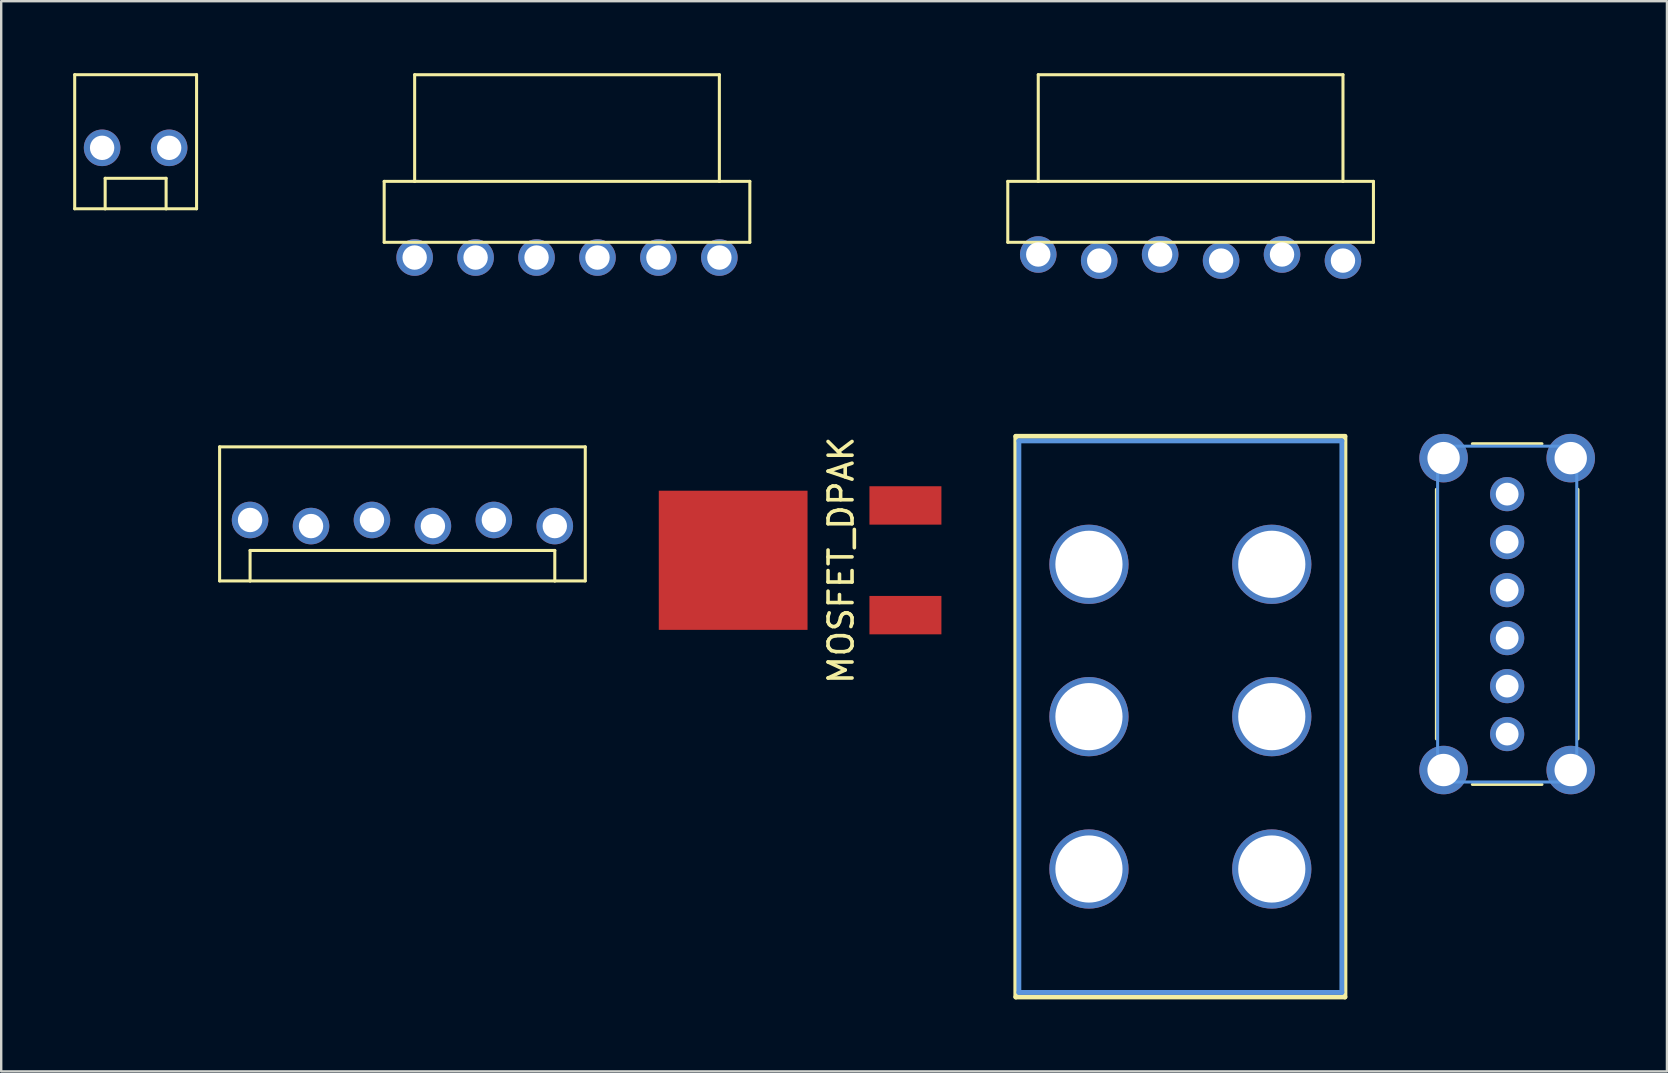
<source format=kicad_pcb>
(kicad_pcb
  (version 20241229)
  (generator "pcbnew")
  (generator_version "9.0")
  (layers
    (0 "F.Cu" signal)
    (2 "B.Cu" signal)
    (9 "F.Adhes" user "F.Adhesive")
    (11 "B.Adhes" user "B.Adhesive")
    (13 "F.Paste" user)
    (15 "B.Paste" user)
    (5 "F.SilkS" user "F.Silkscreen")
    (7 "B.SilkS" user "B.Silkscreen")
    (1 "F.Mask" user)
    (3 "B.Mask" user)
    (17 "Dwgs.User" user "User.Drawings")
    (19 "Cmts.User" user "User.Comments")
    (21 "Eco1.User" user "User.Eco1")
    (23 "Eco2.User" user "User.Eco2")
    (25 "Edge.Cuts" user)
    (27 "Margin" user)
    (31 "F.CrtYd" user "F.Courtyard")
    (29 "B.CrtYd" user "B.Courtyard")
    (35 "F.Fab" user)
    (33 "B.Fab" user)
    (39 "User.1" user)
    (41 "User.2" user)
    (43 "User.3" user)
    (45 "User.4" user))
  (footprint "MOLEX-1X2_LOCK"
    (layer "F.Cu")
    (at 1.333 3.111)
    (property "Reference" "MOLEX-1X2_LOCK" (at 0 0 0) (layer "Cmts.User") (effects (font (size 0.001 0.001) (thickness 0.000001))))
    (attr through_hole)
    (fp_line (start -1.27 -3.048) (end -1.27 2.54) (stroke (width 0.127) (type solid)) (layer "F.SilkS"))
    (fp_line (start 0 1.27) (end 2.54 1.27) (stroke (width 0.127) (type solid)) (layer "F.SilkS"))
    (fp_line (start 0 2.54) (end -1.27 2.54) (stroke (width 0.127) (type solid)) (layer "F.SilkS"))
    (fp_line (start 0 2.54) (end 0 1.27) (stroke (width 0.127) (type solid)) (layer "F.SilkS"))
    (fp_line (start 2.54 1.27) (end 2.54 2.54) (stroke (width 0.127) (type solid)) (layer "F.SilkS"))
    (fp_line (start 2.54 2.54) (end 0 2.54) (stroke (width 0.127) (type solid)) (layer "F.SilkS"))
    (fp_line (start 3.81 -3.048) (end -1.27 -3.048) (stroke (width 0.127) (type solid)) (layer "F.SilkS"))
    (fp_line (start 3.81 -3.048) (end 3.81 2.54) (stroke (width 0.127) (type solid)) (layer "F.SilkS"))
    (fp_line (start 3.81 2.54) (end 2.54 2.54) (stroke (width 0.127) (type solid)) (layer "F.SilkS"))
    (pad "1" thru_hole oval (at -0.127 0) (size 1.524 1.524) (drill 1.016) (layers "*.Cu" "*.Mask"))
    (pad "2" thru_hole oval (at 2.667 0) (size 1.524 1.524) (drill 1.016) (layers "*.Cu" "*.Mask")))
  (footprint "MSS22"
    (layer "F.Cu")
    (at 57.117 29.044)
    (property "Reference" "MSS22" (at 0.795 -3.218 90) (layer "Eco1.User") (effects (font (size 0.406 0.406) (thickness 0.03))))
    (attr through_hole)
    (fp_line (start -0.3 -11.699) (end -0.3 -1.298) (stroke (width 0.127) (type solid)) (layer "F.SilkS"))
    (fp_line (start 1.199 -13.599) (end 4.1 -13.599) (stroke (width 0.127) (type solid)) (layer "F.SilkS"))
    (fp_line (start 1.199 0.599) (end 4.1 0.599) (stroke (width 0.127) (type solid)) (layer "F.SilkS"))
    (fp_line (start 5.598 -11.699) (end 5.598 -1.298) (stroke (width 0.127) (type solid)) (layer "F.SilkS"))
    (fp_line (start -0.249 -13.498) (end -0.249 0.498) (stroke (width 0.127) (type solid)) (layer "Cmts.User"))
    (fp_line (start -0.249 -13.498) (end 5.55 -13.498) (stroke (width 0.127) (type solid)) (layer "Cmts.User"))
    (fp_line (start -0.249 0.498) (end 5.55 0.498) (stroke (width 0.127) (type solid)) (layer "Cmts.User"))
    (fp_line (start 5.55 -13.498) (end 5.55 0.498) (stroke (width 0.127) (type solid)) (layer "Cmts.User"))
    (pad "1" thru_hole oval (at 2.649 -11.499) (size 1.425 1.425) (drill 0.95) (layers "*.Cu" "*.Mask"))
    (pad "2" thru_hole oval (at 2.649 -9.5) (size 1.425 1.425) (drill 0.95) (layers "*.Cu" "*.Mask"))
    (pad "3" thru_hole oval (at 2.649 -7.498) (size 1.425 1.425) (drill 0.95) (layers "*.Cu" "*.Mask"))
    (pad "4" thru_hole oval (at 2.649 -5.499) (size 1.425 1.425) (drill 0.95) (layers "*.Cu" "*.Mask"))
    (pad "5" thru_hole oval (at 2.649 -3.498) (size 1.425 1.425) (drill 0.95) (layers "*.Cu" "*.Mask"))
    (pad "6" thru_hole oval (at 2.649 -1.499) (size 1.425 1.425) (drill 0.95) (layers "*.Cu" "*.Mask"))
    (pad "NC@1" thru_hole oval (at 0 -13) (size 2.022 2.022) (drill 1.349) (layers "*.Cu" "*.Mask"))
    (pad "NC@2" thru_hole oval (at 5.298 -13) (size 2.022 2.022) (drill 1.349) (layers "*.Cu" "*.Mask"))
    (pad "NC@3" thru_hole oval (at 0 0) (size 2.022 2.022) (drill 1.349) (layers "*.Cu" "*.Mask"))
    (pad "NC@4" thru_hole oval (at 5.298 0) (size 2.022 2.022) (drill 1.349) (layers "*.Cu" "*.Mask")))
  (footprint "MOLEX-1X6-RA_LOCK"
    (layer "F.Cu")
    (at 40.223 7.684)
    (property "Reference" "MOLEX-1X6-RA_LOCK" (at 1.651 3.429 0) (layer "Eco1.User") (effects (font (size 1.27 1.27) (thickness 0.102))))
    (attr through_hole)
    (fp_line (start -1.27 -0.635) (end -1.27 -3.175) (stroke (width 0.127) (type solid)) (layer "F.SilkS"))
    (fp_line (start 0 -7.62) (end 12.7 -7.62) (stroke (width 0.127) (type solid)) (layer "F.SilkS"))
    (fp_line (start 0 -3.175) (end -1.27 -3.175) (stroke (width 0.127) (type solid)) (layer "F.SilkS"))
    (fp_line (start 0 -3.175) (end 0 -7.62) (stroke (width 0.127) (type solid)) (layer "F.SilkS"))
    (fp_line (start 12.7 -7.62) (end 12.7 -3.175) (stroke (width 0.127) (type solid)) (layer "F.SilkS"))
    (fp_line (start 12.7 -3.175) (end 0 -3.175) (stroke (width 0.127) (type solid)) (layer "F.SilkS"))
    (fp_line (start 13.97 -3.175) (end 12.7 -3.175) (stroke (width 0.127) (type solid)) (layer "F.SilkS"))
    (fp_line (start 13.97 -0.635) (end -1.27 -0.635) (stroke (width 0.127) (type solid)) (layer "F.SilkS"))
    (fp_line (start 13.97 -0.635) (end 13.97 -3.175) (stroke (width 0.127) (type solid)) (layer "F.SilkS"))
    (pad "1" thru_hole oval (at 0 -0.127) (size 1.524 1.524) (drill 1.016) (layers "*.Cu" "*.Mask"))
    (pad "2" thru_hole oval (at 2.54 0.127) (size 1.524 1.524) (drill 1.016) (layers "*.Cu" "*.Mask"))
    (pad "3" thru_hole oval (at 5.08 -0.127) (size 1.524 1.524) (drill 1.016) (layers "*.Cu" "*.Mask"))
    (pad "4" thru_hole oval (at 7.62 0.127) (size 1.524 1.524) (drill 1.016) (layers "*.Cu" "*.Mask"))
    (pad "5" thru_hole oval (at 10.16 -0.127) (size 1.524 1.524) (drill 1.016) (layers "*.Cu" "*.Mask"))
    (pad "6" thru_hole oval (at 12.7 0.127) (size 1.524 1.524) (drill 1.016) (layers "*.Cu" "*.Mask")))
  (footprint "MOLEX-1X6_LOCK"
    (layer "F.Cu")
    (at 7.373 18.622)
    (property "Reference" "MOLEX-1X6_LOCK" (at 1.27 -2.667 0) (layer "Eco1.User") (effects (font (size 1.27 1.27) (thickness 0.102))))
    (attr through_hole)
    (fp_line (start -1.27 -3.048) (end -1.27 2.54) (stroke (width 0.127) (type solid)) (layer "F.SilkS"))
    (fp_line (start 0 1.27) (end 12.7 1.27) (stroke (width 0.127) (type solid)) (layer "F.SilkS"))
    (fp_line (start 0 2.54) (end -1.27 2.54) (stroke (width 0.127) (type solid)) (layer "F.SilkS"))
    (fp_line (start 0 2.54) (end 0 1.27) (stroke (width 0.127) (type solid)) (layer "F.SilkS"))
    (fp_line (start 12.7 1.27) (end 12.7 2.54) (stroke (width 0.127) (type solid)) (layer "F.SilkS"))
    (fp_line (start 12.7 2.54) (end 0 2.54) (stroke (width 0.127) (type solid)) (layer "F.SilkS"))
    (fp_line (start 13.97 -3.048) (end -1.27 -3.048) (stroke (width 0.127) (type solid)) (layer "F.SilkS"))
    (fp_line (start 13.97 -3.048) (end 13.97 2.54) (stroke (width 0.127) (type solid)) (layer "F.SilkS"))
    (fp_line (start 13.97 2.54) (end 12.7 2.54) (stroke (width 0.127) (type solid)) (layer "F.SilkS"))
    (pad "1" thru_hole oval (at 0 0) (size 1.524 1.524) (drill 1.016) (layers "*.Cu" "*.Mask"))
    (pad "2" thru_hole oval (at 2.54 0.254) (size 1.524 1.524) (drill 1.016) (layers "*.Cu" "*.Mask"))
    (pad "3" thru_hole oval (at 5.08 0) (size 1.524 1.524) (drill 1.016) (layers "*.Cu" "*.Mask"))
    (pad "4" thru_hole oval (at 7.62 0.254) (size 1.524 1.524) (drill 1.016) (layers "*.Cu" "*.Mask"))
    (pad "5" thru_hole oval (at 10.16 0) (size 1.524 1.524) (drill 1.016) (layers "*.Cu" "*.Mask"))
    (pad "6" thru_hole oval (at 12.7 0.254) (size 1.524 1.524) (drill 1.016) (layers "*.Cu" "*.Mask")))
  (footprint "MOSFET_DPAK"
    (layer "F.Cu")
    (at 30.607 20.302)
    (property "Reference" "MOSFET_DPAK" (at 1.4 0 90) (layer "F.SilkS") (effects (font (size 1 1) (thickness 0.15))))
    (attr through_hole)
    (pad "D" smd rect (at -3.1 0) (size 6.2 5.8) (layers "F.Cu" "F.Mask" "F.Paste"))
    (pad "G" smd rect (at 4.08 2.286) (size 3 1.6) (layers "F.Cu" "F.Mask" "F.Paste"))
    (pad "S" smd rect (at 4.08 -2.286) (size 3 1.6) (layers "F.Cu" "F.Mask" "F.Paste")))
  (footprint "MS"
    (layer "F.Cu")
    (at 46.146 26.819)
    (property "Reference" "MS" (at 0 0 0) (layer "Cmts.User") (effects (font (size 0.001 0.001) (thickness 0.000001))))
    (attr through_hole)
    (fp_line (start -6.858 -11.684) (end -6.858 11.684) (stroke (width 0.203) (type solid)) (layer "F.SilkS"))
    (fp_line (start -6.858 11.684) (end 6.858 11.684) (stroke (width 0.203) (type solid)) (layer "F.SilkS"))
    (fp_line (start 6.858 -11.684) (end -6.858 -11.684) (stroke (width 0.203) (type solid)) (layer "F.SilkS"))
    (fp_line (start 6.858 11.684) (end 6.858 -11.684) (stroke (width 0.203) (type solid)) (layer "F.SilkS"))
    (fp_line (start -6.731 -11.493) (end 6.731 -11.493) (stroke (width 0.203) (type solid)) (layer "Cmts.User"))
    (fp_line (start -6.731 11.493) (end -6.731 -11.493) (stroke (width 0.203) (type solid)) (layer "Cmts.User"))
    (fp_line (start 6.731 -11.493) (end 6.731 11.493) (stroke (width 0.203) (type solid)) (layer "Cmts.User"))
    (fp_line (start 6.731 11.493) (end -6.731 11.493) (stroke (width 0.203) (type solid)) (layer "Cmts.User"))
    (pad "1" thru_hole oval (at -3.81 6.35) (size 3.302 3.302) (drill 2.799) (layers "*.Cu" "*.Mask"))
    (pad "2" thru_hole oval (at -3.81 0) (size 3.302 3.302) (drill 2.799) (layers "*.Cu" "*.Mask"))
    (pad "3" thru_hole oval (at -3.81 -6.35) (size 3.302 3.302) (drill 2.799) (layers "*.Cu" "*.Mask"))
    (pad "4" thru_hole oval (at 3.81 6.35) (size 3.302 3.302) (drill 2.799) (layers "*.Cu" "*.Mask"))
    (pad "5" thru_hole oval (at 3.81 0) (size 3.302 3.302) (drill 2.799) (layers "*.Cu" "*.Mask"))
    (pad "6" thru_hole oval (at 3.81 -6.35) (size 3.302 3.302) (drill 2.799) (layers "*.Cu" "*.Mask")))
  (footprint "MOLEX-1X6-RA"
    (layer "F.Cu")
    (at 14.232 7.684)
    (property "Reference" "MOLEX-1X6-RA" (at 1.651 3.429 0) (layer "Eco1.User") (effects (font (size 1.27 1.27) (thickness 0.102))))
    (attr through_hole)
    (fp_line (start -1.27 -0.635) (end -1.27 -3.175) (stroke (width 0.127) (type solid)) (layer "F.SilkS"))
    (fp_line (start 0 -7.62) (end 12.7 -7.62) (stroke (width 0.127) (type solid)) (layer "F.SilkS"))
    (fp_line (start 0 -3.175) (end -1.27 -3.175) (stroke (width 0.127) (type solid)) (layer "F.SilkS"))
    (fp_line (start 0 -3.175) (end 0 -7.62) (stroke (width 0.127) (type solid)) (layer "F.SilkS"))
    (fp_line (start 12.7 -7.62) (end 12.7 -3.175) (stroke (width 0.127) (type solid)) (layer "F.SilkS"))
    (fp_line (start 12.7 -3.175) (end 0 -3.175) (stroke (width 0.127) (type solid)) (layer "F.SilkS"))
    (fp_line (start 13.97 -3.175) (end 12.7 -3.175) (stroke (width 0.127) (type solid)) (layer "F.SilkS"))
    (fp_line (start 13.97 -0.635) (end -1.27 -0.635) (stroke (width 0.127) (type solid)) (layer "F.SilkS"))
    (fp_line (start 13.97 -0.635) (end 13.97 -3.175) (stroke (width 0.127) (type solid)) (layer "F.SilkS"))
    (pad "1" thru_hole oval (at 0 0) (size 1.524 1.524) (drill 1.016) (layers "*.Cu" "*.Mask"))
    (pad "2" thru_hole oval (at 2.54 0) (size 1.524 1.524) (drill 1.016) (layers "*.Cu" "*.Mask"))
    (pad "3" thru_hole oval (at 5.08 0) (size 1.524 1.524) (drill 1.016) (layers "*.Cu" "*.Mask"))
    (pad "4" thru_hole oval (at 7.62 0) (size 1.524 1.524) (drill 1.016) (layers "*.Cu" "*.Mask"))
    (pad "5" thru_hole oval (at 10.16 0) (size 1.524 1.524) (drill 1.016) (layers "*.Cu" "*.Mask"))
    (pad "6" thru_hole oval (at 12.7 0) (size 1.524 1.524) (drill 1.016) (layers "*.Cu" "*.Mask")))
  (gr_rect
    (start -3 -3)
    (end 66.426 41.605)
    (stroke (width 0.1) (type default))
    (fill no)
    (layer "Edge.Cuts")))
</source>
